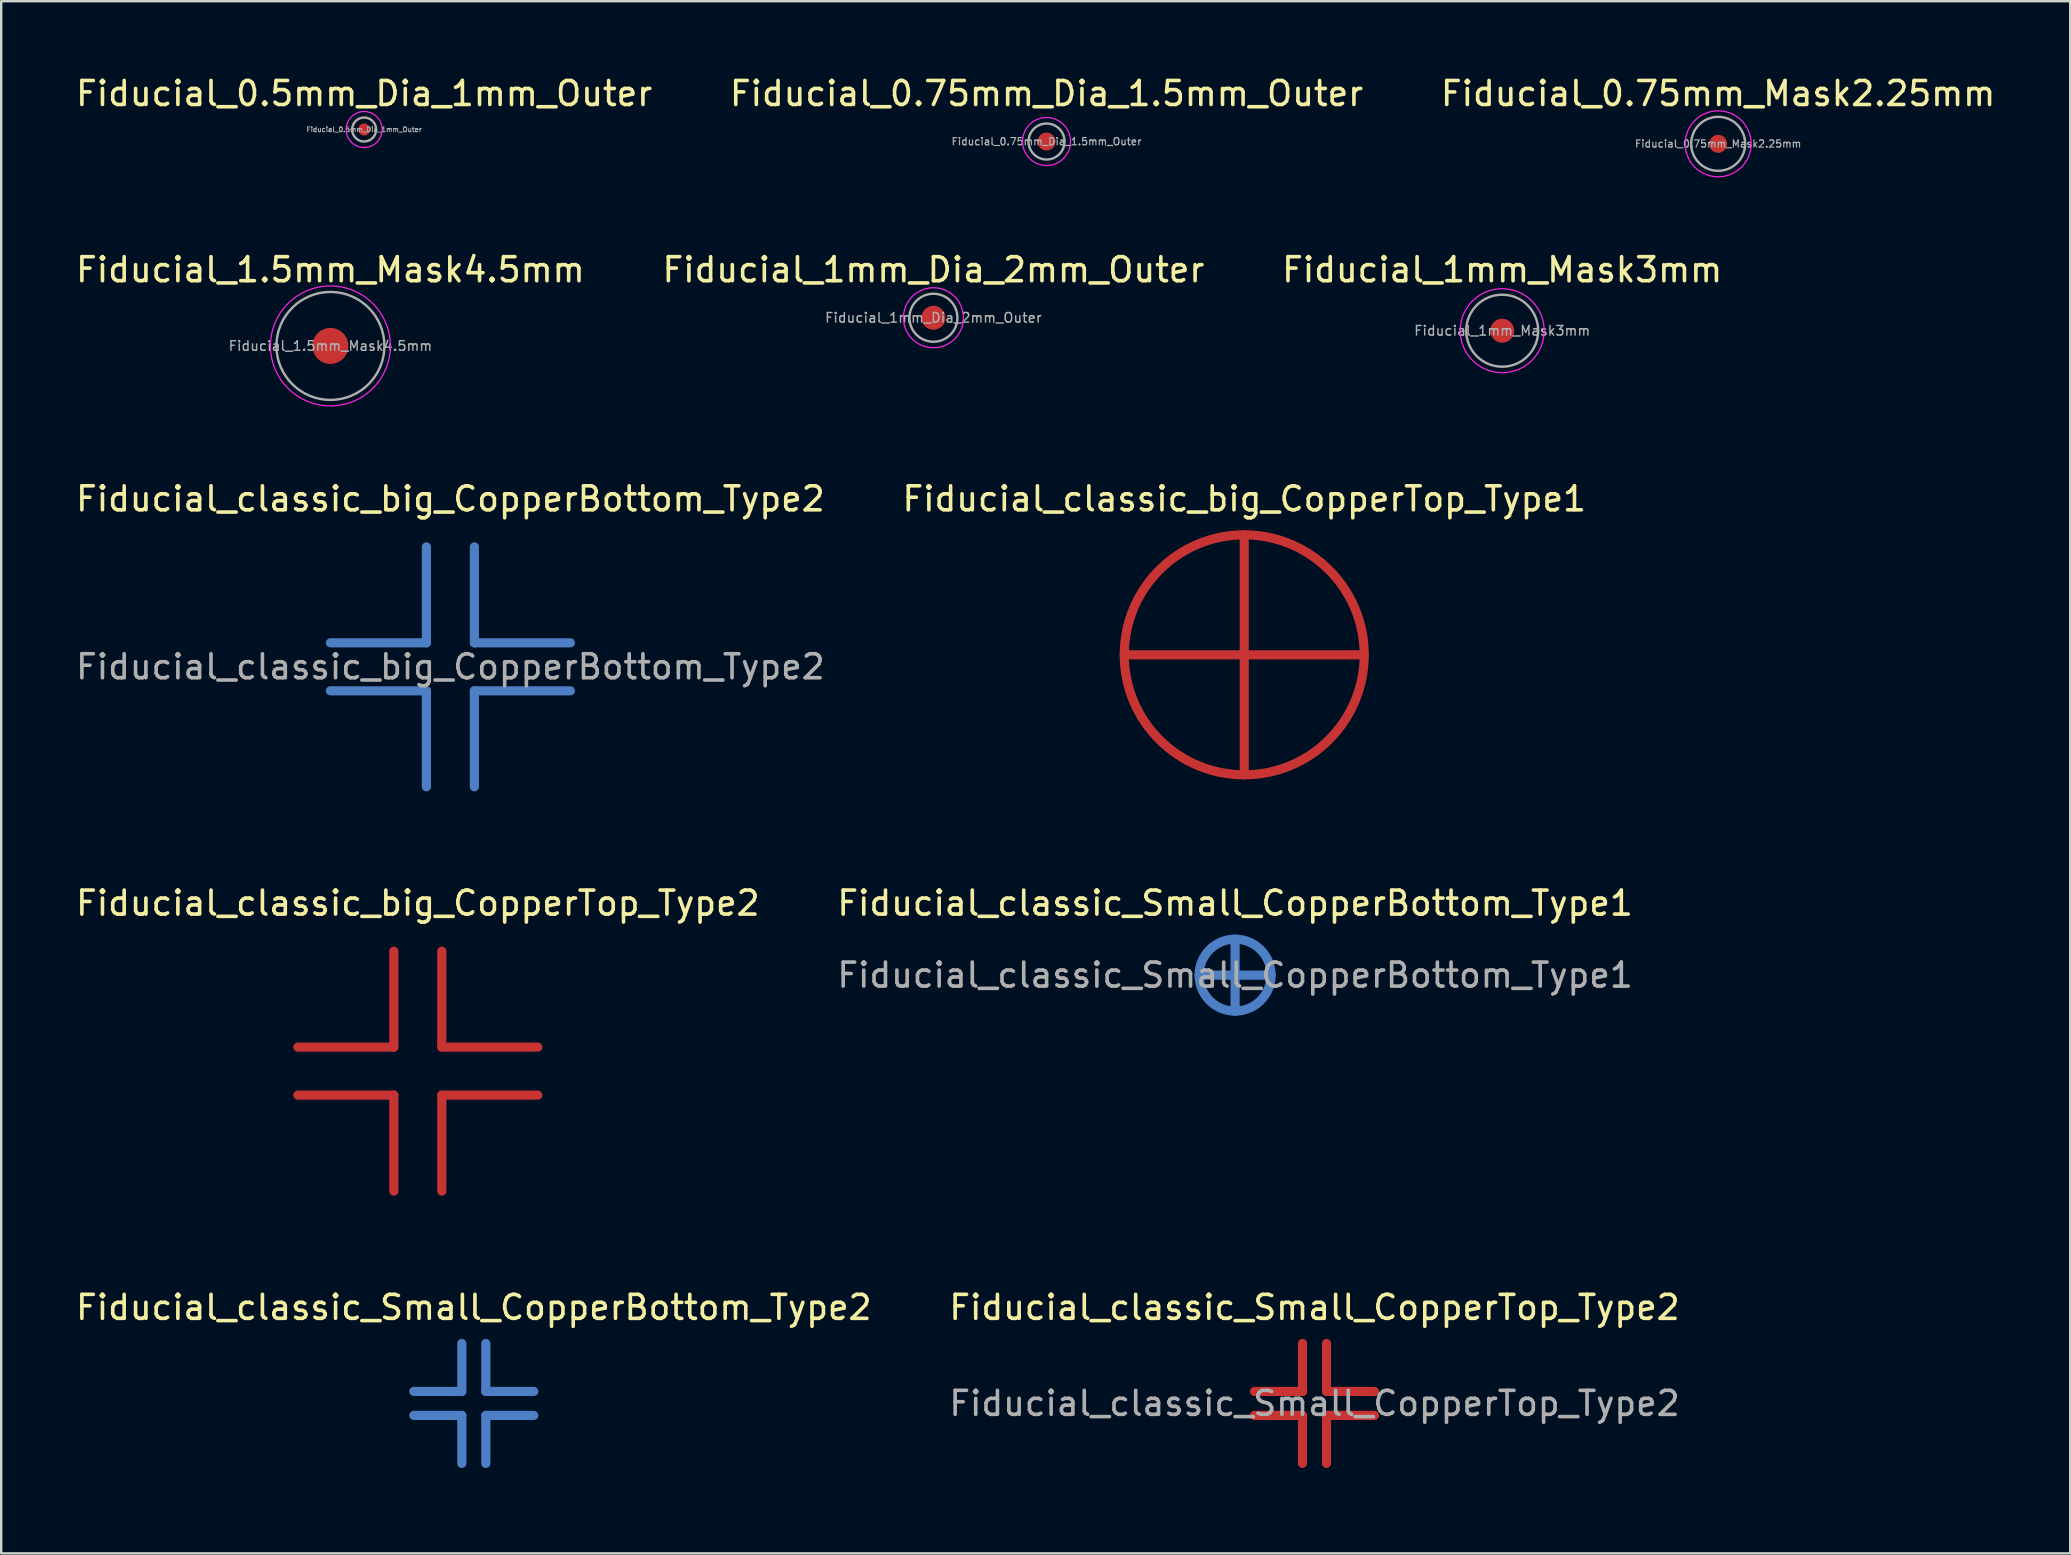
<source format=kicad_pcb>
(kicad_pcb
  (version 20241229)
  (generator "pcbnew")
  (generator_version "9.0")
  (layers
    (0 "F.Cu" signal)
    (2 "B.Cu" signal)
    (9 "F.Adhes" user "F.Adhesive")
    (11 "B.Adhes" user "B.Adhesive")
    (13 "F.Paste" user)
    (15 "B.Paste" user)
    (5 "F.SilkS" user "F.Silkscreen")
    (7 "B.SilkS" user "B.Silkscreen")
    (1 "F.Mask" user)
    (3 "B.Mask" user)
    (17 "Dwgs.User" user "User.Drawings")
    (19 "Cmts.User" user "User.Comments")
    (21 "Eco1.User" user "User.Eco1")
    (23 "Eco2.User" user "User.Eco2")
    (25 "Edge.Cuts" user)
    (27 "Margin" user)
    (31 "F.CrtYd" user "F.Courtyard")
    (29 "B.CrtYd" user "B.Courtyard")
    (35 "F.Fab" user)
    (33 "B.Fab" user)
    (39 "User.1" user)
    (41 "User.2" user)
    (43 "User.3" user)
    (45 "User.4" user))
  (footprint "Fiducial_classic_big_CopperBottom_Type2"
    (layer "F.Cu")
    (at 15.72 24.74)
    (property "Reference" "Fiducial_classic_big_CopperBottom_Type2" (at 0 -7 0) (layer "F.SilkS") (effects (font (size 1 1) (thickness 0.15))))
    (attr smd)
    (fp_line (start -1 -1) (end -5 -1) (stroke (width 0.381) (type solid)) (layer "B.Cu"))
    (fp_line (start -1 -1) (end -1 -5) (stroke (width 0.381) (type solid)) (layer "B.Cu"))
    (fp_line (start -1 1) (end -5 1) (stroke (width 0.381) (type solid)) (layer "B.Cu"))
    (fp_line (start -1 1) (end -1 5) (stroke (width 0.381) (type solid)) (layer "B.Cu"))
    (fp_line (start 1 -1) (end 1 -5) (stroke (width 0.381) (type solid)) (layer "B.Cu"))
    (fp_line (start 1 -1) (end 5 -1) (stroke (width 0.381) (type solid)) (layer "B.Cu"))
    (fp_line (start 1 1) (end 1 5) (stroke (width 0.381) (type solid)) (layer "B.Cu"))
    (fp_line (start 1 1) (end 5 1) (stroke (width 0.381) (type solid)) (layer "B.Cu"))
    (fp_text user "${REFERENCE}" (at 0 0 0) (layer "F.Fab") (effects (font (size 1 1) (thickness 0.15))))
    (pad "" smd rect (at 0 0) (size 12 12) (layers "B.Mask")))
  (footprint "Fiducial_classic_big_CopperTop_Type2"
    (layer "F.Cu")
    (at 14.363 41.589)
    (property "Reference" "Fiducial_classic_big_CopperTop_Type2" (at 0 -7 0) (layer "F.SilkS") (effects (font (size 1 1) (thickness 0.15))))
    (attr smd)
    (fp_line (start -1 -1) (end -5 -1) (stroke (width 0.381) (type solid)) (layer "F.Cu"))
    (fp_line (start -1 -1) (end -1 -5) (stroke (width 0.381) (type solid)) (layer "F.Cu"))
    (fp_line (start -1 1) (end -5 1) (stroke (width 0.381) (type solid)) (layer "F.Cu"))
    (fp_line (start -1 1) (end -1 5) (stroke (width 0.381) (type solid)) (layer "F.Cu"))
    (fp_line (start 1 -1) (end 1 -5) (stroke (width 0.381) (type solid)) (layer "F.Cu"))
    (fp_line (start 1 -1) (end 5 -1) (stroke (width 0.381) (type solid)) (layer "F.Cu"))
    (fp_line (start 1 1) (end 1 5) (stroke (width 0.381) (type solid)) (layer "F.Cu"))
    (fp_line (start 1 1) (end 5 1) (stroke (width 0.381) (type solid)) (layer "F.Cu"))
    (pad "" smd rect (at 0 0) (size 12 12) (layers "F.Mask")))
  (footprint "Fiducial_classic_Small_CopperBottom_Type2"
    (layer "F.Cu")
    (at 16.696 55.437)
    (property "Reference" "Fiducial_classic_Small_CopperBottom_Type2" (at 0 -4 0) (layer "F.SilkS") (effects (font (size 1 1) (thickness 0.15))))
    (attr smd)
    (fp_line (start -0.5 -0.5) (end -2.5 -0.5) (stroke (width 0.381) (type solid)) (layer "B.Cu"))
    (fp_line (start -0.5 -0.5) (end -0.5 -2.5) (stroke (width 0.381) (type solid)) (layer "B.Cu"))
    (fp_line (start -0.5 0.5) (end -2.5 0.5) (stroke (width 0.381) (type solid)) (layer "B.Cu"))
    (fp_line (start -0.5 0.5) (end -0.5 2.5) (stroke (width 0.381) (type solid)) (layer "B.Cu"))
    (fp_line (start 0.5 -0.5) (end 0.5 -2.5) (stroke (width 0.381) (type solid)) (layer "B.Cu"))
    (fp_line (start 0.5 -0.5) (end 2.5 -0.5) (stroke (width 0.381) (type solid)) (layer "B.Cu"))
    (fp_line (start 0.5 0.5) (end 0.5 2.5) (stroke (width 0.381) (type solid)) (layer "B.Cu"))
    (fp_line (start 0.5 0.5) (end 2.5 0.5) (stroke (width 0.381) (type solid)) (layer "B.Cu"))
    (pad "" smd circle (at 0 0) (size 6.5 6.5) (layers "B.Mask")))
  (footprint "Fiducial_classic_big_CopperTop_Type1"
    (layer "F.Cu")
    (at 48.804 24.24)
    (property "Reference" "Fiducial_classic_big_CopperTop_Type1" (at 0 -6.5 0) (layer "F.SilkS") (effects (font (size 1 1) (thickness 0.15))))
    (attr smd)
    (fp_line (start -5 0) (end 5 0) (stroke (width 0.381) (type solid)) (layer "F.Cu"))
    (fp_line (start 0 -5) (end 0 5) (stroke (width 0.381) (type solid)) (layer "F.Cu"))
    (fp_circle (center 0 0) (end 5 0) (stroke (width 0.381) (type solid)) (fill no) (layer "F.Cu"))
    (pad "" smd circle (at 0 0) (size 11 11) (layers "F.Mask")))
  (footprint "Fiducial_classic_Small_CopperBottom_Type1"
    (layer "F.Cu")
    (at 48.423 37.589)
    (property "Reference" "Fiducial_classic_Small_CopperBottom_Type1" (at 0 -3 0) (layer "F.SilkS") (effects (font (size 1 1) (thickness 0.15))))
    (attr smd)
    (fp_line (start -1.5 0) (end 1.5 0) (stroke (width 0.381) (type solid)) (layer "B.Cu"))
    (fp_line (start 0 -1.5) (end 0 1.5) (stroke (width 0.381) (type solid)) (layer "B.Cu"))
    (fp_circle (center 0 0) (end 1.5 0) (stroke (width 0.381) (type solid)) (fill no) (layer "B.Cu"))
    (fp_text user "${REFERENCE}" (at 0 0 0) (layer "F.Fab") (effects (font (size 1 1) (thickness 0.15))))
    (pad "" smd circle (at 0 0) (size 4.5 4.5) (layers "B.Mask")))
  (footprint "Fiducial_1.5mm_Mask4.5mm"
    (layer "F.Cu")
    (at 10.72 11.367)
    (property "Reference" "Fiducial_1.5mm_Mask4.5mm" (at 0 -3.175 0) (layer "F.SilkS") (effects (font (size 1 1) (thickness 0.15))))
    (attr exclude_from_pos_files exclude_from_bom)
    (fp_circle (center 0 0) (end 2.5 0) (stroke (width 0.05) (type solid)) (fill no) (layer "F.CrtYd"))
    (fp_circle (center 0 0) (end 2.25 0) (stroke (width 0.1) (type solid)) (fill no) (layer "F.Fab"))
    (fp_text user "${REFERENCE}" (at 0 0 0) (layer "F.Fab") (effects (font (size 0.4 0.4) (thickness 0.06))))
    (pad "~" smd circle (at 0 0) (size 1.5 1.5) (layers "F.Cu" "F.Mask")))
  (footprint "Fiducial_0.75mm_Dia_1.5mm_Outer"
    (layer "F.Cu")
    (at 40.565 2.848)
    (property "Reference" "Fiducial_0.75mm_Dia_1.5mm_Outer" (at 0 -2 0) (layer "F.SilkS") (effects (font (size 1 1) (thickness 0.15))))
    (attr smd)
    (fp_circle (center 0 0) (end 1 0) (stroke (width 0.05) (type solid)) (fill no) (layer "F.CrtYd"))
    (fp_circle (center 0 0) (end 0.75 0) (stroke (width 0.1) (type solid)) (fill no) (layer "F.Fab"))
    (fp_text user "${REFERENCE}" (at 0 0 0) (layer "F.Fab") (effects (font (size 0.3 0.3) (thickness 0.05))))
    (pad "" smd circle (at 0 0) (size 0.75 0.75) (layers "F.Cu" "F.Mask")))
  (footprint "Fiducial_0.5mm_Dia_1mm_Outer"
    (layer "F.Cu")
    (at 12.125 2.348)
    (property "Reference" "Fiducial_0.5mm_Dia_1mm_Outer" (at 0 -1.5 0) (layer "F.SilkS") (effects (font (size 1 1) (thickness 0.15))))
    (attr smd)
    (fp_circle (center 0 0) (end 0.75 0) (stroke (width 0.05) (type solid)) (fill no) (layer "F.CrtYd"))
    (fp_circle (center 0 0) (end 0.5 0) (stroke (width 0.1) (type solid)) (fill no) (layer "F.Fab"))
    (fp_text user "${REFERENCE}" (at 0 0 0) (layer "F.Fab") (effects (font (size 0.2 0.2) (thickness 0.04))))
    (pad "" smd circle (at 0 0) (size 0.5 0.5) (layers "F.Cu" "F.Mask")))
  (footprint "Fiducial_1mm_Dia_2mm_Outer"
    (layer "F.Cu")
    (at 35.851 10.192)
    (property "Reference" "Fiducial_1mm_Dia_2mm_Outer" (at 0 -2 0) (layer "F.SilkS") (effects (font (size 1 1) (thickness 0.15))))
    (attr smd)
    (fp_circle (center 0 0) (end 1.25 0) (stroke (width 0.05) (type solid)) (fill no) (layer "F.CrtYd"))
    (fp_circle (center 0 0) (end 1 0) (stroke (width 0.1) (type solid)) (fill no) (layer "F.Fab"))
    (fp_text user "${REFERENCE}" (at 0 0 0) (layer "F.Fab") (effects (font (size 0.4 0.4) (thickness 0.06))))
    (pad "" smd circle (at 0 0) (size 1 1) (layers "F.Cu" "F.Mask")))
  (footprint "Fiducial_0.75mm_Mask2.25mm"
    (layer "F.Cu")
    (at 68.554 2.944)
    (property "Reference" "Fiducial_0.75mm_Mask2.25mm" (at 0 -2.095 0) (layer "F.SilkS") (effects (font (size 1 1) (thickness 0.15))))
    (attr exclude_from_pos_files exclude_from_bom)
    (fp_circle (center 0 0) (end 1.375 0) (stroke (width 0.05) (type solid)) (fill no) (layer "F.CrtYd"))
    (fp_circle (center 0 0) (end 1.125 0) (stroke (width 0.1) (type solid)) (fill no) (layer "F.Fab"))
    (fp_text user "${REFERENCE}" (at 0 0 0) (layer "F.Fab") (effects (font (size 0.3 0.3) (thickness 0.05))))
    (pad "~" smd circle (at 0 0) (size 0.75 0.75) (layers "F.Cu" "F.Mask")))
  (footprint "Fiducial_classic_Small_CopperTop_Type2"
    (layer "F.Cu")
    (at 51.732 55.437)
    (property "Reference" "Fiducial_classic_Small_CopperTop_Type2" (at 0 -4 0) (layer "F.SilkS") (effects (font (size 1 1) (thickness 0.15))))
    (attr smd)
    (fp_line (start -0.5 -0.5) (end -2.5 -0.5) (stroke (width 0.381) (type solid)) (layer "F.Cu"))
    (fp_line (start -0.5 -0.5) (end -0.5 -2.5) (stroke (width 0.381) (type solid)) (layer "F.Cu"))
    (fp_line (start -0.5 0.5) (end -2.5 0.5) (stroke (width 0.381) (type solid)) (layer "F.Cu"))
    (fp_line (start -0.5 0.5) (end -0.5 2.5) (stroke (width 0.381) (type solid)) (layer "F.Cu"))
    (fp_line (start 0.5 -0.5) (end 0.5 -2.5) (stroke (width 0.381) (type solid)) (layer "F.Cu"))
    (fp_line (start 0.5 -0.5) (end 2.5 -0.5) (stroke (width 0.381) (type solid)) (layer "F.Cu"))
    (fp_line (start 0.5 0.5) (end 0.5 2.5) (stroke (width 0.381) (type solid)) (layer "F.Cu"))
    (fp_line (start 0.5 0.5) (end 2.5 0.5) (stroke (width 0.381) (type solid)) (layer "F.Cu"))
    (fp_text user "${REFERENCE}" (at 0 0 0) (layer "F.Fab") (effects (font (size 1 1) (thickness 0.15))))
    (pad "" smd circle (at 0 0) (size 6.5 6.5) (layers "F.Mask")))
  (footprint "Fiducial_1mm_Mask3mm"
    (layer "F.Cu")
    (at 59.554 10.732)
    (property "Reference" "Fiducial_1mm_Mask3mm" (at 0 -2.54 0) (layer "F.SilkS") (effects (font (size 1 1) (thickness 0.15))))
    (attr smd)
    (fp_circle (center 0 0) (end 1.75 0) (stroke (width 0.05) (type solid)) (fill no) (layer "F.CrtYd"))
    (fp_circle (center 0 0) (end 1.5 0) (stroke (width 0.1) (type solid)) (fill no) (layer "F.Fab"))
    (fp_text user "${REFERENCE}" (at 0 0 0) (layer "F.Fab") (effects (font (size 0.4 0.4) (thickness 0.06))))
    (pad "~" smd circle (at 0 0) (size 1 1) (layers "F.Cu" "F.Mask")))
  (gr_rect
    (start -3 -3)
    (end 83.226 61.687)
    (stroke (width 0.1) (type default))
    (fill no)
    (layer "Edge.Cuts")))
</source>
